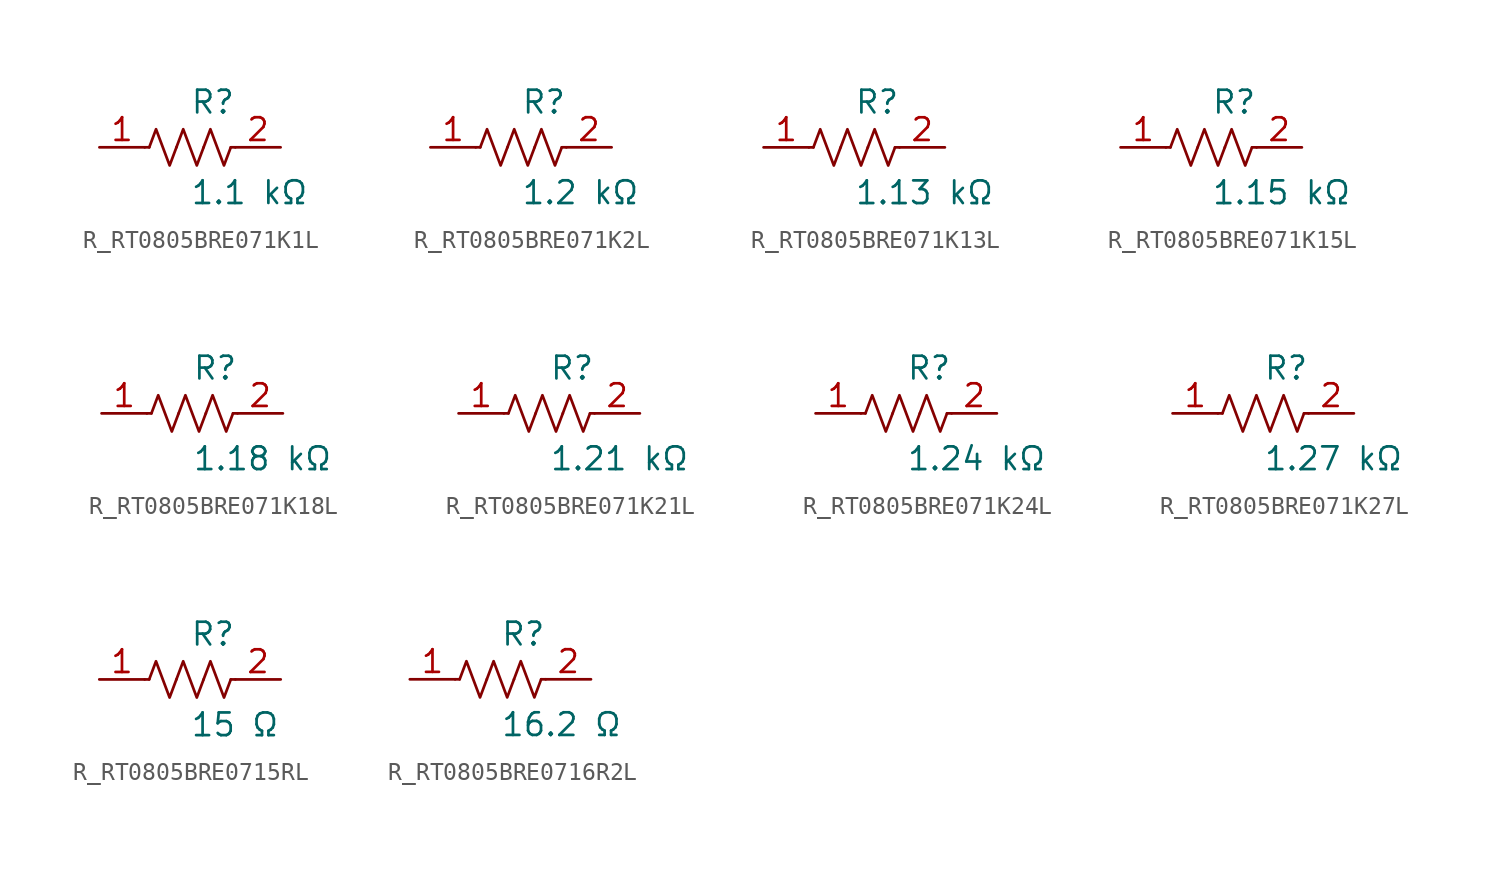
<source format=kicad_sym>
(kicad_symbol_lib
  (version 20231120)
  (generator kicad_symbol_editor)
  (generator_version 8.0)
  (symbol "R_RT0805BRE071K1L"
    (pin_names
      (offset 0.254))
    (property "Reference" "R"
      (at 0.0 2.54 0)
      (effects (font (size 1.27 1.27)) (justify left)))
    (property "Value" "1.1 kΩ"
      (at 0.0 -2.54 0)
      (effects (font (size 1.27 1.27)) (justify left)))
    (symbol "R_RT0805BRE071K1L_0_1"
      (polyline (pts (xy 2.286 0) (xy 2.54 0)) (stroke (width 0) (type default)) (fill (type none)))
      (polyline (pts (xy -2.286 0) (xy -2.54 0)) (stroke (width 0) (type default)) (fill (type none)))
      (polyline (pts (xy 0.762 0) (xy 1.143 1.016) (xy 1.524 0) (xy 1.905 -1.016) (xy 2.286 0)) (stroke (width 0) (type default)) (fill (type none)))
      (polyline (pts (xy -0.762 0) (xy -0.381 1.016) (xy 0 0) (xy 0.381 -1.016) (xy 0.762 0)) (stroke (width 0) (type default)) (fill (type none)))
      (polyline (pts (xy -2.286 0) (xy -1.905 1.016) (xy -1.524 0) (xy -1.143 -1.016) (xy -0.762 0)) (stroke (width 0) (type default)) (fill (type none))))
    (pin unspecified line
      (at -5.08 0 0)
      (length 2.54)
      (name "" (effects (font (size 1.27 1.27))))
      (number "1" (effects (font (size 1.27 1.27)))))
    (pin unspecified line
      (at 5.08 0 180)
      (length 2.54)
      (name "" (effects (font (size 1.27 1.27))))
      (number "2" (effects (font (size 1.27 1.27))))))
  (symbol "R_RT0805BRE071K2L"
    (pin_names
      (offset 0.254))
    (property "Reference" "R"
      (at 0.0 2.54 0)
      (effects (font (size 1.27 1.27)) (justify left)))
    (property "Value" "1.2 kΩ"
      (at 0.0 -2.54 0)
      (effects (font (size 1.27 1.27)) (justify left)))
    (symbol "R_RT0805BRE071K2L_0_1"
      (polyline (pts (xy 2.286 0) (xy 2.54 0)) (stroke (width 0) (type default)) (fill (type none)))
      (polyline (pts (xy -2.286 0) (xy -2.54 0)) (stroke (width 0) (type default)) (fill (type none)))
      (polyline (pts (xy 0.762 0) (xy 1.143 1.016) (xy 1.524 0) (xy 1.905 -1.016) (xy 2.286 0)) (stroke (width 0) (type default)) (fill (type none)))
      (polyline (pts (xy -0.762 0) (xy -0.381 1.016) (xy 0 0) (xy 0.381 -1.016) (xy 0.762 0)) (stroke (width 0) (type default)) (fill (type none)))
      (polyline (pts (xy -2.286 0) (xy -1.905 1.016) (xy -1.524 0) (xy -1.143 -1.016) (xy -0.762 0)) (stroke (width 0) (type default)) (fill (type none))))
    (pin unspecified line
      (at -5.08 0 0)
      (length 2.54)
      (name "" (effects (font (size 1.27 1.27))))
      (number "1" (effects (font (size 1.27 1.27)))))
    (pin unspecified line
      (at 5.08 0 180)
      (length 2.54)
      (name "" (effects (font (size 1.27 1.27))))
      (number "2" (effects (font (size 1.27 1.27))))))
  (symbol "R_RT0805BRE071K13L"
    (pin_names
      (offset 0.254))
    (property "Reference" "R"
      (at 0.0 2.54 0)
      (effects (font (size 1.27 1.27)) (justify left)))
    (property "Value" "1.13 kΩ"
      (at 0.0 -2.54 0)
      (effects (font (size 1.27 1.27)) (justify left)))
    (symbol "R_RT0805BRE071K13L_0_1"
      (polyline (pts (xy 2.286 0) (xy 2.54 0)) (stroke (width 0) (type default)) (fill (type none)))
      (polyline (pts (xy -2.286 0) (xy -2.54 0)) (stroke (width 0) (type default)) (fill (type none)))
      (polyline (pts (xy 0.762 0) (xy 1.143 1.016) (xy 1.524 0) (xy 1.905 -1.016) (xy 2.286 0)) (stroke (width 0) (type default)) (fill (type none)))
      (polyline (pts (xy -0.762 0) (xy -0.381 1.016) (xy 0 0) (xy 0.381 -1.016) (xy 0.762 0)) (stroke (width 0) (type default)) (fill (type none)))
      (polyline (pts (xy -2.286 0) (xy -1.905 1.016) (xy -1.524 0) (xy -1.143 -1.016) (xy -0.762 0)) (stroke (width 0) (type default)) (fill (type none))))
    (pin unspecified line
      (at -5.08 0 0)
      (length 2.54)
      (name "" (effects (font (size 1.27 1.27))))
      (number "1" (effects (font (size 1.27 1.27)))))
    (pin unspecified line
      (at 5.08 0 180)
      (length 2.54)
      (name "" (effects (font (size 1.27 1.27))))
      (number "2" (effects (font (size 1.27 1.27))))))
  (symbol "R_RT0805BRE071K15L"
    (pin_names
      (offset 0.254))
    (property "Reference" "R"
      (at 0.0 2.54 0)
      (effects (font (size 1.27 1.27)) (justify left)))
    (property "Value" "1.15 kΩ"
      (at 0.0 -2.54 0)
      (effects (font (size 1.27 1.27)) (justify left)))
    (symbol "R_RT0805BRE071K15L_0_1"
      (polyline (pts (xy 2.286 0) (xy 2.54 0)) (stroke (width 0) (type default)) (fill (type none)))
      (polyline (pts (xy -2.286 0) (xy -2.54 0)) (stroke (width 0) (type default)) (fill (type none)))
      (polyline (pts (xy 0.762 0) (xy 1.143 1.016) (xy 1.524 0) (xy 1.905 -1.016) (xy 2.286 0)) (stroke (width 0) (type default)) (fill (type none)))
      (polyline (pts (xy -0.762 0) (xy -0.381 1.016) (xy 0 0) (xy 0.381 -1.016) (xy 0.762 0)) (stroke (width 0) (type default)) (fill (type none)))
      (polyline (pts (xy -2.286 0) (xy -1.905 1.016) (xy -1.524 0) (xy -1.143 -1.016) (xy -0.762 0)) (stroke (width 0) (type default)) (fill (type none))))
    (pin unspecified line
      (at -5.08 0 0)
      (length 2.54)
      (name "" (effects (font (size 1.27 1.27))))
      (number "1" (effects (font (size 1.27 1.27)))))
    (pin unspecified line
      (at 5.08 0 180)
      (length 2.54)
      (name "" (effects (font (size 1.27 1.27))))
      (number "2" (effects (font (size 1.27 1.27))))))
  (symbol "R_RT0805BRE071K18L"
    (pin_names
      (offset 0.254))
    (property "Reference" "R"
      (at 0.0 2.54 0)
      (effects (font (size 1.27 1.27)) (justify left)))
    (property "Value" "1.18 kΩ"
      (at 0.0 -2.54 0)
      (effects (font (size 1.27 1.27)) (justify left)))
    (symbol "R_RT0805BRE071K18L_0_1"
      (polyline (pts (xy 2.286 0) (xy 2.54 0)) (stroke (width 0) (type default)) (fill (type none)))
      (polyline (pts (xy -2.286 0) (xy -2.54 0)) (stroke (width 0) (type default)) (fill (type none)))
      (polyline (pts (xy 0.762 0) (xy 1.143 1.016) (xy 1.524 0) (xy 1.905 -1.016) (xy 2.286 0)) (stroke (width 0) (type default)) (fill (type none)))
      (polyline (pts (xy -0.762 0) (xy -0.381 1.016) (xy 0 0) (xy 0.381 -1.016) (xy 0.762 0)) (stroke (width 0) (type default)) (fill (type none)))
      (polyline (pts (xy -2.286 0) (xy -1.905 1.016) (xy -1.524 0) (xy -1.143 -1.016) (xy -0.762 0)) (stroke (width 0) (type default)) (fill (type none))))
    (pin unspecified line
      (at -5.08 0 0)
      (length 2.54)
      (name "" (effects (font (size 1.27 1.27))))
      (number "1" (effects (font (size 1.27 1.27)))))
    (pin unspecified line
      (at 5.08 0 180)
      (length 2.54)
      (name "" (effects (font (size 1.27 1.27))))
      (number "2" (effects (font (size 1.27 1.27))))))
  (symbol "R_RT0805BRE071K21L"
    (pin_names
      (offset 0.254))
    (property "Reference" "R"
      (at 0.0 2.54 0)
      (effects (font (size 1.27 1.27)) (justify left)))
    (property "Value" "1.21 kΩ"
      (at 0.0 -2.54 0)
      (effects (font (size 1.27 1.27)) (justify left)))
    (symbol "R_RT0805BRE071K21L_0_1"
      (polyline (pts (xy 2.286 0) (xy 2.54 0)) (stroke (width 0) (type default)) (fill (type none)))
      (polyline (pts (xy -2.286 0) (xy -2.54 0)) (stroke (width 0) (type default)) (fill (type none)))
      (polyline (pts (xy 0.762 0) (xy 1.143 1.016) (xy 1.524 0) (xy 1.905 -1.016) (xy 2.286 0)) (stroke (width 0) (type default)) (fill (type none)))
      (polyline (pts (xy -0.762 0) (xy -0.381 1.016) (xy 0 0) (xy 0.381 -1.016) (xy 0.762 0)) (stroke (width 0) (type default)) (fill (type none)))
      (polyline (pts (xy -2.286 0) (xy -1.905 1.016) (xy -1.524 0) (xy -1.143 -1.016) (xy -0.762 0)) (stroke (width 0) (type default)) (fill (type none))))
    (pin unspecified line
      (at -5.08 0 0)
      (length 2.54)
      (name "" (effects (font (size 1.27 1.27))))
      (number "1" (effects (font (size 1.27 1.27)))))
    (pin unspecified line
      (at 5.08 0 180)
      (length 2.54)
      (name "" (effects (font (size 1.27 1.27))))
      (number "2" (effects (font (size 1.27 1.27))))))
  (symbol "R_RT0805BRE071K24L"
    (pin_names
      (offset 0.254))
    (property "Reference" "R"
      (at 0.0 2.54 0)
      (effects (font (size 1.27 1.27)) (justify left)))
    (property "Value" "1.24 kΩ"
      (at 0.0 -2.54 0)
      (effects (font (size 1.27 1.27)) (justify left)))
    (symbol "R_RT0805BRE071K24L_0_1"
      (polyline (pts (xy 2.286 0) (xy 2.54 0)) (stroke (width 0) (type default)) (fill (type none)))
      (polyline (pts (xy -2.286 0) (xy -2.54 0)) (stroke (width 0) (type default)) (fill (type none)))
      (polyline (pts (xy 0.762 0) (xy 1.143 1.016) (xy 1.524 0) (xy 1.905 -1.016) (xy 2.286 0)) (stroke (width 0) (type default)) (fill (type none)))
      (polyline (pts (xy -0.762 0) (xy -0.381 1.016) (xy 0 0) (xy 0.381 -1.016) (xy 0.762 0)) (stroke (width 0) (type default)) (fill (type none)))
      (polyline (pts (xy -2.286 0) (xy -1.905 1.016) (xy -1.524 0) (xy -1.143 -1.016) (xy -0.762 0)) (stroke (width 0) (type default)) (fill (type none))))
    (pin unspecified line
      (at -5.08 0 0)
      (length 2.54)
      (name "" (effects (font (size 1.27 1.27))))
      (number "1" (effects (font (size 1.27 1.27)))))
    (pin unspecified line
      (at 5.08 0 180)
      (length 2.54)
      (name "" (effects (font (size 1.27 1.27))))
      (number "2" (effects (font (size 1.27 1.27))))))
  (symbol "R_RT0805BRE071K27L"
    (pin_names
      (offset 0.254))
    (property "Reference" "R"
      (at 0.0 2.54 0)
      (effects (font (size 1.27 1.27)) (justify left)))
    (property "Value" "1.27 kΩ"
      (at 0.0 -2.54 0)
      (effects (font (size 1.27 1.27)) (justify left)))
    (symbol "R_RT0805BRE071K27L_0_1"
      (polyline (pts (xy 2.286 0) (xy 2.54 0)) (stroke (width 0) (type default)) (fill (type none)))
      (polyline (pts (xy -2.286 0) (xy -2.54 0)) (stroke (width 0) (type default)) (fill (type none)))
      (polyline (pts (xy 0.762 0) (xy 1.143 1.016) (xy 1.524 0) (xy 1.905 -1.016) (xy 2.286 0)) (stroke (width 0) (type default)) (fill (type none)))
      (polyline (pts (xy -0.762 0) (xy -0.381 1.016) (xy 0 0) (xy 0.381 -1.016) (xy 0.762 0)) (stroke (width 0) (type default)) (fill (type none)))
      (polyline (pts (xy -2.286 0) (xy -1.905 1.016) (xy -1.524 0) (xy -1.143 -1.016) (xy -0.762 0)) (stroke (width 0) (type default)) (fill (type none))))
    (pin unspecified line
      (at -5.08 0 0)
      (length 2.54)
      (name "" (effects (font (size 1.27 1.27))))
      (number "1" (effects (font (size 1.27 1.27)))))
    (pin unspecified line
      (at 5.08 0 180)
      (length 2.54)
      (name "" (effects (font (size 1.27 1.27))))
      (number "2" (effects (font (size 1.27 1.27))))))
  (symbol "R_RT0805BRE0715RL"
    (pin_names
      (offset 0.254))
    (property "Reference" "R"
      (at 0.0 2.54 0)
      (effects (font (size 1.27 1.27)) (justify left)))
    (property "Value" "15 Ω"
      (at 0.0 -2.54 0)
      (effects (font (size 1.27 1.27)) (justify left)))
    (symbol "R_RT0805BRE0715RL_0_1"
      (polyline (pts (xy 2.286 0) (xy 2.54 0)) (stroke (width 0) (type default)) (fill (type none)))
      (polyline (pts (xy -2.286 0) (xy -2.54 0)) (stroke (width 0) (type default)) (fill (type none)))
      (polyline (pts (xy 0.762 0) (xy 1.143 1.016) (xy 1.524 0) (xy 1.905 -1.016) (xy 2.286 0)) (stroke (width 0) (type default)) (fill (type none)))
      (polyline (pts (xy -0.762 0) (xy -0.381 1.016) (xy 0 0) (xy 0.381 -1.016) (xy 0.762 0)) (stroke (width 0) (type default)) (fill (type none)))
      (polyline (pts (xy -2.286 0) (xy -1.905 1.016) (xy -1.524 0) (xy -1.143 -1.016) (xy -0.762 0)) (stroke (width 0) (type default)) (fill (type none))))
    (pin unspecified line
      (at -5.08 0 0)
      (length 2.54)
      (name "" (effects (font (size 1.27 1.27))))
      (number "1" (effects (font (size 1.27 1.27)))))
    (pin unspecified line
      (at 5.08 0 180)
      (length 2.54)
      (name "" (effects (font (size 1.27 1.27))))
      (number "2" (effects (font (size 1.27 1.27))))))
  (symbol "R_RT0805BRE0716R2L"
    (pin_names
      (offset 0.254))
    (property "Reference" "R"
      (at 0.0 2.54 0)
      (effects (font (size 1.27 1.27)) (justify left)))
    (property "Value" "16.2 Ω"
      (at 0.0 -2.54 0)
      (effects (font (size 1.27 1.27)) (justify left)))
    (symbol "R_RT0805BRE0716R2L_0_1"
      (polyline (pts (xy 2.286 0) (xy 2.54 0)) (stroke (width 0) (type default)) (fill (type none)))
      (polyline (pts (xy -2.286 0) (xy -2.54 0)) (stroke (width 0) (type default)) (fill (type none)))
      (polyline (pts (xy 0.762 0) (xy 1.143 1.016) (xy 1.524 0) (xy 1.905 -1.016) (xy 2.286 0)) (stroke (width 0) (type default)) (fill (type none)))
      (polyline (pts (xy -0.762 0) (xy -0.381 1.016) (xy 0 0) (xy 0.381 -1.016) (xy 0.762 0)) (stroke (width 0) (type default)) (fill (type none)))
      (polyline (pts (xy -2.286 0) (xy -1.905 1.016) (xy -1.524 0) (xy -1.143 -1.016) (xy -0.762 0)) (stroke (width 0) (type default)) (fill (type none))))
    (pin unspecified line
      (at -5.08 0 0)
      (length 2.54)
      (name "" (effects (font (size 1.27 1.27))))
      (number "1" (effects (font (size 1.27 1.27)))))
    (pin unspecified line
      (at 5.08 0 180)
      (length 2.54)
      (name "" (effects (font (size 1.27 1.27))))
      (number "2" (effects (font (size 1.27 1.27)))))))
</source>
